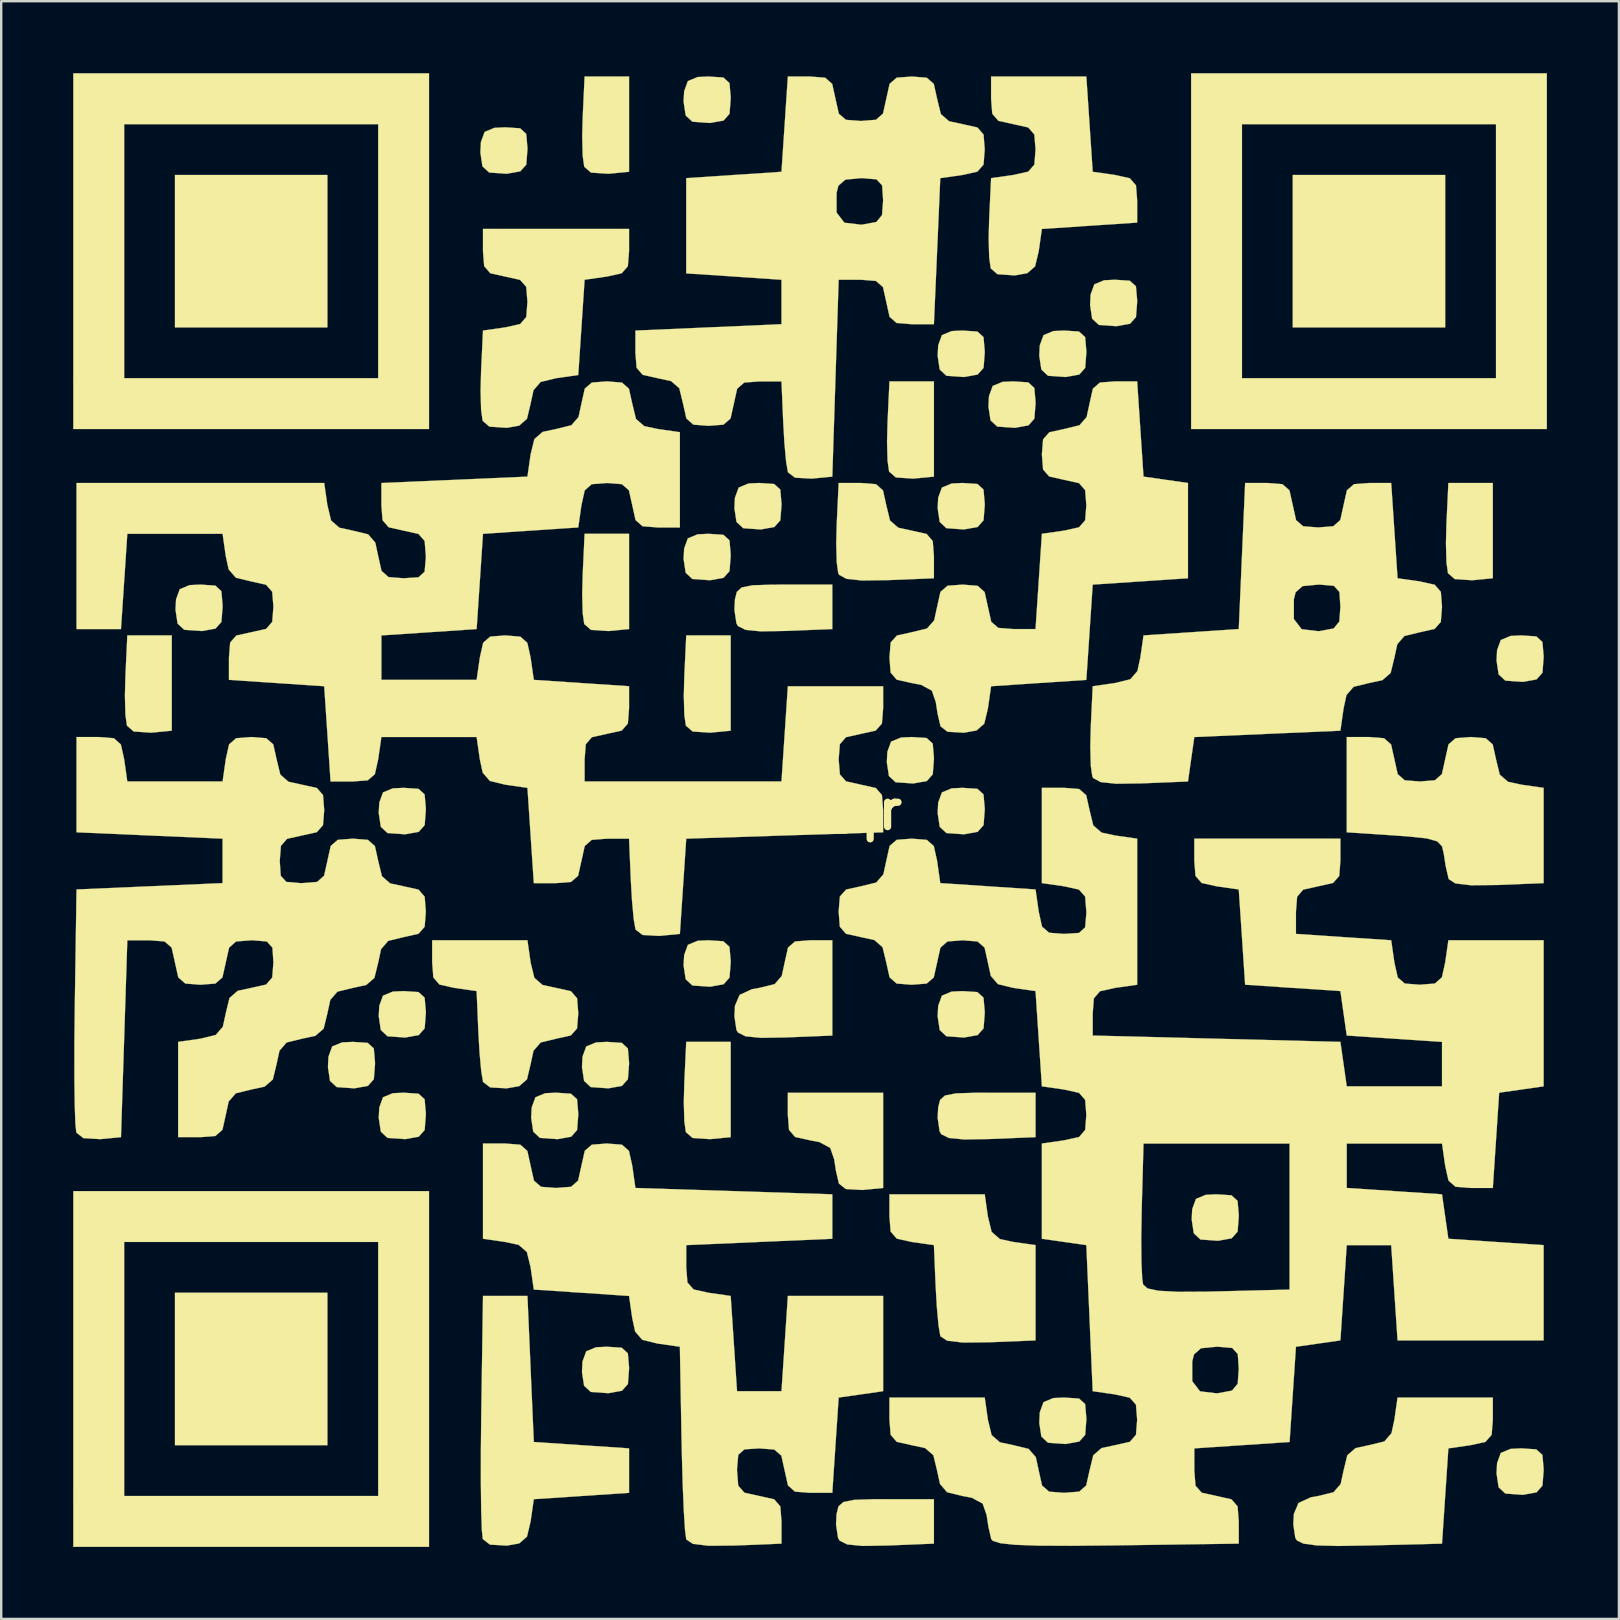
<source format=kicad_pcb>
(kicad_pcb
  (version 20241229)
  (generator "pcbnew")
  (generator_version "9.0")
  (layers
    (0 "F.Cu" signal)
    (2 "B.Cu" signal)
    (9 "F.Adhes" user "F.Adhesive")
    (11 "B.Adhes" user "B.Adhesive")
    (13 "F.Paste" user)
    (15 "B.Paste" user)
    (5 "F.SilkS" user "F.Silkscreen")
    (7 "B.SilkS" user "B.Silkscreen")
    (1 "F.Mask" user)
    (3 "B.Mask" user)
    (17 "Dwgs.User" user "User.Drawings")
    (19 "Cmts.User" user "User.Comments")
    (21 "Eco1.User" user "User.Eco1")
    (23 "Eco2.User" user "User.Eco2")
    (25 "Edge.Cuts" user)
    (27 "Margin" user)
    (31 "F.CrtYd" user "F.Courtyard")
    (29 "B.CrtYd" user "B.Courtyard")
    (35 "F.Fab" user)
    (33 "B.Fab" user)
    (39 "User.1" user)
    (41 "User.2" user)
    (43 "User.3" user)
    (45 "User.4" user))
  (footprint "link_qr"
    (layer "F.Cu")
    (at 30.697 30.697)
    (property "Reference" "link_qr" (at 0 0 0) (layer "F.SilkS") (effects (font (size 1.524 1.524) (thickness 0.3))))
    (attr through_hole)
    (fp_poly (pts (xy -20.108 -20.108) (xy -26.458 -20.108) (xy -26.458 -26.458) (xy -20.108 -26.458) (xy -20.108 -20.108)) (stroke (width 0.01) (type solid)) (fill yes) (layer "F.SilkS"))
    (fp_poly (pts (xy -20.108 26.458) (xy -26.458 26.458) (xy -26.458 20.108) (xy -20.108 20.108) (xy -20.108 26.458)) (stroke (width 0.01) (type solid)) (fill yes) (layer "F.SilkS"))
    (fp_poly (pts (xy 26.458 -20.108) (xy 20.108 -20.108) (xy 20.108 -26.458) (xy 26.458 -26.458) (xy 26.458 -20.108)) (stroke (width 0.01) (type solid)) (fill yes) (layer "F.SilkS"))
    (fp_poly (pts (xy -26.591 -3.307) (xy -27.452 -3.224) (xy -28.177 -3.274) (xy -28.458 -3.517) (xy -28.522 -3.966) (xy -28.543 -4.759) (xy -28.522 -5.584) (xy -28.443 -7.276) (xy -26.591 -7.276) (xy -26.591 -3.307)) (stroke (width 0.01) (type solid)) (fill yes) (layer "F.SilkS"))
    (fp_poly (pts (xy -7.541 -26.591) (xy -8.402 -26.508) (xy -9.127 -26.557) (xy -9.408 -26.8) (xy -9.472 -27.249) (xy -9.493 -28.043) (xy -9.472 -28.867) (xy -9.393 -30.559) (xy -7.541 -30.559) (xy -7.541 -26.591)) (stroke (width 0.01) (type solid)) (fill yes) (layer "F.SilkS"))
    (fp_poly (pts (xy -7.541 -7.541) (xy -8.402 -7.458) (xy -9.127 -7.507) (xy -9.408 -7.75) (xy -9.472 -8.199) (xy -9.493 -8.993) (xy -9.472 -9.817) (xy -9.393 -11.509) (xy -7.541 -11.509) (xy -7.541 -7.541)) (stroke (width 0.01) (type solid)) (fill yes) (layer "F.SilkS"))
    (fp_poly (pts (xy -3.307 -3.307) (xy -4.169 -3.224) (xy -4.894 -3.274) (xy -5.175 -3.517) (xy -5.238 -3.966) (xy -5.26 -4.759) (xy -5.239 -5.584) (xy -5.159 -7.276) (xy -3.307 -7.276) (xy -3.307 -3.307)) (stroke (width 0.01) (type solid)) (fill yes) (layer "F.SilkS"))
    (fp_poly (pts (xy -3.307 13.626) (xy -4.169 13.709) (xy -4.894 13.66) (xy -5.175 13.417) (xy -5.238 12.967) (xy -5.26 12.174) (xy -5.239 11.349) (xy -5.159 9.657) (xy -3.307 9.657) (xy -3.307 13.626)) (stroke (width 0.01) (type solid)) (fill yes) (layer "F.SilkS"))
    (fp_poly (pts (xy 5.159 -13.891) (xy 4.298 -13.808) (xy 3.573 -13.857) (xy 3.292 -14.1) (xy 3.228 -14.549) (xy 3.207 -15.343) (xy 3.228 -16.167) (xy 3.307 -17.859) (xy 5.159 -17.859) (xy 5.159 -13.891)) (stroke (width 0.01) (type solid)) (fill yes) (layer "F.SilkS"))
    (fp_poly (pts (xy 28.443 -9.657) (xy 27.581 -9.574) (xy 26.856 -9.624) (xy 26.575 -9.867) (xy 26.512 -10.316) (xy 26.49 -11.109) (xy 26.511 -11.934) (xy 26.591 -13.626) (xy 28.443 -13.626) (xy 28.443 -9.657)) (stroke (width 0.01) (type solid)) (fill yes) (layer "F.SilkS"))
    (fp_poly (pts (xy -15.875 -15.875) (xy -30.692 -15.875) (xy -30.692 -28.575) (xy -28.575 -28.575) (xy -28.575 -17.992) (xy -17.992 -17.992) (xy -17.992 -28.575) (xy -28.575 -28.575) (xy -30.692 -28.575) (xy -30.692 -30.692) (xy -15.875 -30.692) (xy -15.875 -15.875)) (stroke (width 0.01) (type solid)) (fill yes) (layer "F.SilkS"))
    (fp_poly (pts (xy -15.875 30.692) (xy -30.692 30.692) (xy -30.692 17.992) (xy -28.575 17.992) (xy -28.575 28.575) (xy -17.992 28.575) (xy -17.992 17.992) (xy -28.575 17.992) (xy -30.692 17.992) (xy -30.692 15.875) (xy -15.875 15.875) (xy -15.875 30.692)) (stroke (width 0.01) (type solid)) (fill yes) (layer "F.SilkS"))
    (fp_poly (pts (xy 30.692 -15.875) (xy 15.875 -15.875) (xy 15.875 -28.575) (xy 17.992 -28.575) (xy 17.992 -17.992) (xy 28.575 -17.992) (xy 28.575 -28.575) (xy 17.992 -28.575) (xy 15.875 -28.575) (xy 15.875 -30.692) (xy 30.692 -30.692) (xy 30.692 -15.875)) (stroke (width 0.01) (type solid)) (fill yes) (layer "F.SilkS"))
    (fp_poly (pts (xy -24.779 -9.352) (xy -24.525 -9.121) (xy -24.474 -8.537) (xy -24.474 -8.467) (xy -24.523 -7.838) (xy -24.77 -7.56) (xy -25.336 -7.458) (xy -26.07 -7.51) (xy -26.349 -7.769) (xy -26.435 -8.342) (xy -26.413 -8.778) (xy -26.258 -9.202) (xy -25.85 -9.371) (xy -25.4 -9.393) (xy -24.779 -9.352)) (stroke (width 0.01) (type solid)) (fill yes) (layer "F.SilkS"))
    (fp_poly (pts (xy -18.429 9.698) (xy -18.175 9.929) (xy -18.124 10.513) (xy -18.124 10.583) (xy -18.173 11.212) (xy -18.42 11.49) (xy -18.986 11.592) (xy -19.72 11.54) (xy -19.999 11.281) (xy -20.085 10.708) (xy -20.063 10.272) (xy -19.908 9.848) (xy -19.5 9.679) (xy -19.05 9.657) (xy -18.429 9.698)) (stroke (width 0.01) (type solid)) (fill yes) (layer "F.SilkS"))
    (fp_poly (pts (xy -16.313 -0.885) (xy -16.058 -0.654) (xy -16.007 -0.07) (xy -16.007 0) (xy -16.056 0.629) (xy -16.303 0.907) (xy -16.869 1.009) (xy -17.603 0.957) (xy -17.882 0.698) (xy -17.969 0.125) (xy -17.946 -0.311) (xy -17.792 -0.735) (xy -17.383 -0.905) (xy -16.933 -0.926) (xy -16.313 -0.885)) (stroke (width 0.01) (type solid)) (fill yes) (layer "F.SilkS"))
    (fp_poly (pts (xy -16.313 7.582) (xy -16.058 7.813) (xy -16.007 8.396) (xy -16.007 8.467) (xy -16.056 9.095) (xy -16.303 9.374) (xy -16.869 9.476) (xy -17.603 9.423) (xy -17.882 9.164) (xy -17.969 8.591) (xy -17.946 8.155) (xy -17.792 7.731) (xy -17.383 7.562) (xy -16.933 7.541) (xy -16.313 7.582)) (stroke (width 0.01) (type solid)) (fill yes) (layer "F.SilkS"))
    (fp_poly (pts (xy -16.313 11.815) (xy -16.058 12.046) (xy -16.007 12.63) (xy -16.007 12.7) (xy -16.056 13.329) (xy -16.303 13.607) (xy -16.869 13.709) (xy -17.603 13.657) (xy -17.882 13.398) (xy -17.969 12.825) (xy -17.946 12.389) (xy -17.792 11.965) (xy -17.383 11.795) (xy -16.933 11.774) (xy -16.313 11.815)) (stroke (width 0.01) (type solid)) (fill yes) (layer "F.SilkS"))
    (fp_poly (pts (xy -12.079 -28.402) (xy -11.825 -28.171) (xy -11.774 -27.587) (xy -11.774 -27.517) (xy -11.823 -26.888) (xy -12.07 -26.61) (xy -12.636 -26.508) (xy -13.37 -26.56) (xy -13.649 -26.819) (xy -13.735 -27.392) (xy -13.713 -27.828) (xy -13.558 -28.252) (xy -13.15 -28.421) (xy -12.7 -28.443) (xy -12.079 -28.402)) (stroke (width 0.01) (type solid)) (fill yes) (layer "F.SilkS"))
    (fp_poly (pts (xy -9.963 11.815) (xy -9.708 12.046) (xy -9.657 12.63) (xy -9.657 12.7) (xy -9.706 13.329) (xy -9.953 13.607) (xy -10.519 13.709) (xy -11.253 13.657) (xy -11.532 13.398) (xy -11.619 12.825) (xy -11.596 12.389) (xy -11.442 11.965) (xy -11.033 11.795) (xy -10.583 11.774) (xy -9.963 11.815)) (stroke (width 0.01) (type solid)) (fill yes) (layer "F.SilkS"))
    (fp_poly (pts (xy -7.846 9.698) (xy -7.591 9.929) (xy -7.541 10.513) (xy -7.541 10.583) (xy -7.589 11.212) (xy -7.837 11.49) (xy -8.402 11.592) (xy -9.137 11.54) (xy -9.415 11.281) (xy -9.502 10.708) (xy -9.48 10.272) (xy -9.325 9.848) (xy -8.916 9.679) (xy -8.467 9.657) (xy -7.846 9.698)) (stroke (width 0.01) (type solid)) (fill yes) (layer "F.SilkS"))
    (fp_poly (pts (xy -7.846 22.398) (xy -7.591 22.629) (xy -7.541 23.213) (xy -7.541 23.283) (xy -7.589 23.912) (xy -7.837 24.19) (xy -8.402 24.292) (xy -9.137 24.24) (xy -9.415 23.981) (xy -9.502 23.408) (xy -9.48 22.972) (xy -9.325 22.548) (xy -8.916 22.379) (xy -8.467 22.357) (xy -7.846 22.398)) (stroke (width 0.01) (type solid)) (fill yes) (layer "F.SilkS"))
    (fp_poly (pts (xy -3.613 -30.518) (xy -3.358 -30.287) (xy -3.307 -29.704) (xy -3.307 -29.633) (xy -3.356 -29.005) (xy -3.603 -28.726) (xy -4.169 -28.624) (xy -4.903 -28.677) (xy -5.182 -28.936) (xy -5.269 -29.509) (xy -5.246 -29.945) (xy -5.092 -30.369) (xy -4.683 -30.538) (xy -4.233 -30.559) (xy -3.613 -30.518)) (stroke (width 0.01) (type solid)) (fill yes) (layer "F.SilkS"))
    (fp_poly (pts (xy -3.613 -11.468) (xy -3.358 -11.237) (xy -3.307 -10.654) (xy -3.307 -10.583) (xy -3.356 -9.955) (xy -3.603 -9.676) (xy -4.169 -9.574) (xy -4.903 -9.627) (xy -5.182 -9.886) (xy -5.269 -10.459) (xy -5.246 -10.895) (xy -5.092 -11.319) (xy -4.683 -11.488) (xy -4.233 -11.509) (xy -3.613 -11.468)) (stroke (width 0.01) (type solid)) (fill yes) (layer "F.SilkS"))
    (fp_poly (pts (xy -3.613 5.465) (xy -3.358 5.696) (xy -3.307 6.28) (xy -3.307 6.35) (xy -3.356 6.979) (xy -3.603 7.257) (xy -4.169 7.359) (xy -4.903 7.307) (xy -5.182 7.048) (xy -5.269 6.475) (xy -5.246 6.039) (xy -5.092 5.615) (xy -4.683 5.445) (xy -4.233 5.424) (xy -3.613 5.465)) (stroke (width 0.01) (type solid)) (fill yes) (layer "F.SilkS"))
    (fp_poly (pts (xy -1.496 -13.585) (xy -1.241 -13.354) (xy -1.191 -12.77) (xy -1.191 -12.7) (xy -1.239 -12.071) (xy -1.487 -11.793) (xy -2.052 -11.691) (xy -2.787 -11.743) (xy -3.065 -12.002) (xy -3.152 -12.575) (xy -3.13 -13.011) (xy -2.975 -13.435) (xy -2.566 -13.605) (xy -2.117 -13.626) (xy -1.496 -13.585)) (stroke (width 0.01) (type solid)) (fill yes) (layer "F.SilkS"))
    (fp_poly (pts (xy 0.926 -7.541) (xy -0.996 -7.463) (xy -2.053 -7.445) (xy -2.688 -7.508) (xy -3.002 -7.666) (xy -3.067 -7.774) (xy -3.152 -8.342) (xy -3.13 -8.778) (xy -3.05 -9.092) (xy -2.845 -9.275) (xy -2.398 -9.364) (xy -1.592 -9.391) (xy -1.058 -9.393) (xy 0.926 -9.393) (xy 0.926 -7.541)) (stroke (width 0.01) (type solid)) (fill yes) (layer "F.SilkS"))
    (fp_poly (pts (xy 3.043 15.743) (xy 2.181 15.826) (xy 1.49 15.787) (xy 1.202 15.561) (xy 1.079 15.034) (xy 1.005 14.552) (xy 0.84 14.074) (xy 0.388 13.831) (xy 0 13.758) (xy -0.622 13.619) (xy -0.877 13.325) (xy -0.926 12.7) (xy -0.926 11.774) (xy 3.043 11.774) (xy 3.043 15.743)) (stroke (width 0.01) (type solid)) (fill yes) (layer "F.SilkS"))
    (fp_poly (pts (xy 4.854 -3.002) (xy 5.109 -2.771) (xy 5.159 -2.187) (xy 5.159 -2.117) (xy 5.111 -1.488) (xy 4.863 -1.21) (xy 4.298 -1.108) (xy 3.563 -1.16) (xy 3.285 -1.419) (xy 3.198 -1.992) (xy 3.22 -2.428) (xy 3.375 -2.852) (xy 3.784 -3.021) (xy 4.233 -3.043) (xy 4.854 -3.002)) (stroke (width 0.01) (type solid)) (fill yes) (layer "F.SilkS"))
    (fp_poly (pts (xy 5.159 30.559) (xy 3.237 30.637) (xy 2.18 30.655) (xy 1.546 30.592) (xy 1.231 30.434) (xy 1.166 30.326) (xy 1.081 29.758) (xy 1.104 29.322) (xy 1.183 29.008) (xy 1.388 28.825) (xy 1.836 28.736) (xy 2.641 28.709) (xy 3.175 28.707) (xy 5.159 28.707) (xy 5.159 30.559)) (stroke (width 0.01) (type solid)) (fill yes) (layer "F.SilkS"))
    (fp_poly (pts (xy 6.971 -19.935) (xy 7.225 -19.704) (xy 7.276 -19.12) (xy 7.276 -19.05) (xy 7.227 -18.421) (xy 6.98 -18.143) (xy 6.414 -18.041) (xy 5.68 -18.093) (xy 5.401 -18.352) (xy 5.315 -18.925) (xy 5.337 -19.361) (xy 5.492 -19.785) (xy 5.9 -19.955) (xy 6.35 -19.976) (xy 6.971 -19.935)) (stroke (width 0.01) (type solid)) (fill yes) (layer "F.SilkS"))
    (fp_poly (pts (xy 6.971 -13.585) (xy 7.225 -13.354) (xy 7.276 -12.77) (xy 7.276 -12.7) (xy 7.227 -12.071) (xy 6.98 -11.793) (xy 6.414 -11.691) (xy 5.68 -11.743) (xy 5.401 -12.002) (xy 5.315 -12.575) (xy 5.337 -13.011) (xy 5.492 -13.435) (xy 5.9 -13.605) (xy 6.35 -13.626) (xy 6.971 -13.585)) (stroke (width 0.01) (type solid)) (fill yes) (layer "F.SilkS"))
    (fp_poly (pts (xy 6.971 -0.885) (xy 7.225 -0.654) (xy 7.276 -0.07) (xy 7.276 0) (xy 7.227 0.629) (xy 6.98 0.907) (xy 6.414 1.009) (xy 5.68 0.957) (xy 5.401 0.698) (xy 5.315 0.125) (xy 5.337 -0.311) (xy 5.492 -0.735) (xy 5.9 -0.905) (xy 6.35 -0.926) (xy 6.971 -0.885)) (stroke (width 0.01) (type solid)) (fill yes) (layer "F.SilkS"))
    (fp_poly (pts (xy 6.971 7.582) (xy 7.225 7.813) (xy 7.276 8.396) (xy 7.276 8.467) (xy 7.227 9.095) (xy 6.98 9.374) (xy 6.414 9.476) (xy 5.68 9.423) (xy 5.401 9.164) (xy 5.315 8.591) (xy 5.337 8.155) (xy 5.492 7.731) (xy 5.9 7.562) (xy 6.35 7.541) (xy 6.971 7.582)) (stroke (width 0.01) (type solid)) (fill yes) (layer "F.SilkS"))
    (fp_poly (pts (xy 9.087 -17.818) (xy 9.342 -17.587) (xy 9.393 -17.004) (xy 9.393 -16.933) (xy 9.344 -16.305) (xy 9.097 -16.026) (xy 8.531 -15.924) (xy 7.797 -15.977) (xy 7.518 -16.236) (xy 7.431 -16.809) (xy 7.454 -17.245) (xy 7.608 -17.669) (xy 8.017 -17.838) (xy 8.467 -17.859) (xy 9.087 -17.818)) (stroke (width 0.01) (type solid)) (fill yes) (layer "F.SilkS"))
    (fp_poly (pts (xy 9.393 13.626) (xy 7.471 13.704) (xy 6.414 13.722) (xy 5.779 13.659) (xy 5.464 13.5) (xy 5.399 13.392) (xy 5.314 12.824) (xy 5.337 12.389) (xy 5.416 12.075) (xy 5.622 11.891) (xy 6.069 11.803) (xy 6.875 11.776) (xy 7.408 11.774) (xy 9.393 11.774) (xy 9.393 13.626)) (stroke (width 0.01) (type solid)) (fill yes) (layer "F.SilkS"))
    (fp_poly (pts (xy 11.204 -19.935) (xy 11.459 -19.704) (xy 11.509 -19.12) (xy 11.509 -19.05) (xy 11.461 -18.421) (xy 11.213 -18.143) (xy 10.648 -18.041) (xy 9.913 -18.093) (xy 9.635 -18.352) (xy 9.548 -18.925) (xy 9.57 -19.361) (xy 9.725 -19.785) (xy 10.134 -19.955) (xy 10.583 -19.976) (xy 11.204 -19.935)) (stroke (width 0.01) (type solid)) (fill yes) (layer "F.SilkS"))
    (fp_poly (pts (xy 11.204 24.515) (xy 11.459 24.746) (xy 11.509 25.33) (xy 11.509 25.4) (xy 11.461 26.029) (xy 11.213 26.307) (xy 10.648 26.409) (xy 9.913 26.357) (xy 9.635 26.098) (xy 9.548 25.525) (xy 9.57 25.089) (xy 9.725 24.665) (xy 10.134 24.495) (xy 10.583 24.474) (xy 11.204 24.515)) (stroke (width 0.01) (type solid)) (fill yes) (layer "F.SilkS"))
    (fp_poly (pts (xy 13.321 -22.052) (xy 13.575 -21.821) (xy 13.626 -21.237) (xy 13.626 -21.167) (xy 13.577 -20.538) (xy 13.33 -20.26) (xy 12.764 -20.158) (xy 12.03 -20.21) (xy 11.751 -20.469) (xy 11.665 -21.042) (xy 11.687 -21.478) (xy 11.842 -21.902) (xy 12.25 -22.071) (xy 12.7 -22.093) (xy 13.321 -22.052)) (stroke (width 0.01) (type solid)) (fill yes) (layer "F.SilkS"))
    (fp_poly (pts (xy 17.554 16.048) (xy 17.809 16.279) (xy 17.859 16.863) (xy 17.859 16.933) (xy 17.811 17.562) (xy 17.563 17.84) (xy 16.998 17.942) (xy 16.263 17.89) (xy 15.985 17.631) (xy 15.898 17.058) (xy 15.92 16.622) (xy 16.075 16.198) (xy 16.484 16.029) (xy 16.933 16.007) (xy 17.554 16.048)) (stroke (width 0.01) (type solid)) (fill yes) (layer "F.SilkS"))
    (fp_poly (pts (xy 30.254 -7.235) (xy 30.509 -7.004) (xy 30.559 -6.42) (xy 30.559 -6.35) (xy 30.511 -5.721) (xy 30.263 -5.443) (xy 29.698 -5.341) (xy 28.963 -5.393) (xy 28.685 -5.652) (xy 28.598 -6.225) (xy 28.62 -6.661) (xy 28.775 -7.085) (xy 29.184 -7.255) (xy 29.633 -7.276) (xy 30.254 -7.235)) (stroke (width 0.01) (type solid)) (fill yes) (layer "F.SilkS"))
    (fp_poly (pts (xy 30.254 26.632) (xy 30.509 26.863) (xy 30.559 27.446) (xy 30.559 27.517) (xy 30.511 28.145) (xy 30.263 28.424) (xy 29.698 28.526) (xy 28.963 28.473) (xy 28.685 28.214) (xy 28.598 27.641) (xy 28.62 27.205) (xy 28.775 26.781) (xy 29.184 26.612) (xy 29.633 26.591) (xy 30.254 26.632)) (stroke (width 0.01) (type solid)) (fill yes) (layer "F.SilkS"))
    (fp_poly (pts (xy 0.926 9.393) (xy -0.996 9.471) (xy -2.053 9.488) (xy -2.688 9.425) (xy -3.002 9.267) (xy -3.067 9.159) (xy -3.152 8.591) (xy -3.13 8.155) (xy -2.935 7.699) (xy -2.421 7.463) (xy -2.117 7.408) (xy -1.477 7.252) (xy -1.179 6.909) (xy -1.058 6.35) (xy -0.919 5.728) (xy -0.625 5.473) (xy 0 5.424) (xy 0.926 5.424) (xy 0.926 9.393)) (stroke (width 0.01) (type solid)) (fill yes) (layer "F.SilkS"))
    (fp_poly (pts (xy -11.642 23.283) (xy -11.509 26.326) (xy -9.525 26.458) (xy -7.541 26.591) (xy -7.541 28.443) (xy -9.525 28.575) (xy -11.509 28.707) (xy -11.642 29.633) (xy -11.794 30.269) (xy -12.118 30.551) (xy -12.636 30.642) (xy -13.339 30.6) (xy -13.634 30.369) (xy -13.674 30.001) (xy -13.701 29.195) (xy -13.715 28.04) (xy -13.714 26.629) (xy -13.698 25.127) (xy -13.626 20.241) (xy -11.774 20.241) (xy -11.642 23.283)) (stroke (width 0.01) (type solid)) (fill yes) (layer "F.SilkS"))
    (fp_poly (pts (xy 2.746 -13.576) (xy 3.038 -13.318) (xy 3.175 -12.7) (xy 3.331 -12.06) (xy 3.674 -11.763) (xy 4.233 -11.642) (xy 4.856 -11.503) (xy 5.11 -11.209) (xy 5.159 -10.583) (xy 5.159 -9.657) (xy 3.237 -9.579) (xy 2.164 -9.564) (xy 1.52 -9.632) (xy 1.214 -9.798) (xy 1.173 -9.872) (xy 1.111 -10.318) (xy 1.09 -11.109) (xy 1.111 -11.934) (xy 1.191 -13.626) (xy 2.117 -13.626) (xy 2.746 -13.576)) (stroke (width 0.01) (type solid)) (fill yes) (layer "F.SilkS"))
    (fp_poly (pts (xy 7.408 16.933) (xy 7.564 17.573) (xy 7.907 17.871) (xy 8.467 17.992) (xy 9.393 18.124) (xy 9.393 22.093) (xy 7.471 22.171) (xy 6.364 22.183) (xy 5.709 22.104) (xy 5.434 21.924) (xy 5.426 21.906) (xy 5.352 21.476) (xy 5.281 20.696) (xy 5.232 19.844) (xy 5.159 18.124) (xy 4.233 17.992) (xy 3.611 17.853) (xy 3.356 17.559) (xy 3.307 16.933) (xy 3.307 16.007) (xy 7.276 16.007) (xy 7.408 16.933)) (stroke (width 0.01) (type solid)) (fill yes) (layer "F.SilkS"))
    (fp_poly (pts (xy -11.642 6.35) (xy -11.486 6.99) (xy -11.143 7.287) (xy -10.583 7.408) (xy -9.961 7.547) (xy -9.706 7.841) (xy -9.657 8.467) (xy -9.707 9.096) (xy -9.965 9.388) (xy -10.583 9.525) (xy -11.223 9.681) (xy -11.521 10.024) (xy -11.642 10.583) (xy -11.794 11.219) (xy -12.118 11.501) (xy -12.636 11.592) (xy -13.327 11.553) (xy -13.622 11.328) (xy -13.697 10.895) (xy -13.769 10.112) (xy -13.818 9.26) (xy -13.891 7.541) (xy -14.817 7.408) (xy -15.439 7.269) (xy -15.694 6.975) (xy -15.743 6.35) (xy -15.743 5.424) (xy -11.774 5.424) (xy -11.642 6.35)) (stroke (width 0.01) (type solid)) (fill yes) (layer "F.SilkS"))
    (fp_poly (pts (xy 28.443 25.4) (xy 28.393 26.029) (xy 28.135 26.321) (xy 27.517 26.458) (xy 26.591 26.591) (xy 26.458 28.575) (xy 26.326 30.559) (xy 23.345 30.634) (xy 22.002 30.656) (xy 21.102 30.634) (xy 20.557 30.56) (xy 20.283 30.427) (xy 20.215 30.323) (xy 20.131 29.758) (xy 20.154 29.322) (xy 20.348 28.866) (xy 20.862 28.629) (xy 21.167 28.575) (xy 21.806 28.419) (xy 22.104 28.076) (xy 22.225 27.517) (xy 22.381 26.877) (xy 22.724 26.579) (xy 23.283 26.458) (xy 23.923 26.302) (xy 24.221 25.959) (xy 24.342 25.4) (xy 24.474 24.474) (xy 28.443 24.474) (xy 28.443 25.4)) (stroke (width 0.01) (type solid)) (fill yes) (layer "F.SilkS"))
    (fp_poly (pts (xy 11.642 -28.575) (xy 11.774 -26.591) (xy 12.7 -26.458) (xy 13.322 -26.319) (xy 13.577 -26.025) (xy 13.626 -25.4) (xy 13.626 -24.474) (xy 11.642 -24.342) (xy 9.657 -24.209) (xy 9.525 -23.283) (xy 9.373 -22.648) (xy 9.048 -22.366) (xy 8.531 -22.274) (xy 7.806 -22.324) (xy 7.525 -22.567) (xy 7.462 -23.016) (xy 7.44 -23.809) (xy 7.461 -24.634) (xy 7.541 -26.326) (xy 8.467 -26.458) (xy 9.089 -26.597) (xy 9.344 -26.891) (xy 9.393 -27.517) (xy 9.343 -28.146) (xy 9.085 -28.438) (xy 8.467 -28.575) (xy 7.844 -28.714) (xy 7.59 -29.008) (xy 7.541 -29.633) (xy 7.541 -30.559) (xy 11.509 -30.559) (xy 11.642 -28.575)) (stroke (width 0.01) (type solid)) (fill yes) (layer "F.SilkS"))
    (fp_poly (pts (xy -7.541 -23.283) (xy -7.591 -22.654) (xy -7.848 -22.362) (xy -8.467 -22.225) (xy -9.393 -22.093) (xy -9.525 -20.108) (xy -9.657 -18.124) (xy -10.583 -17.992) (xy -11.223 -17.836) (xy -11.521 -17.493) (xy -11.642 -16.933) (xy -11.794 -16.298) (xy -12.118 -16.016) (xy -12.636 -15.924) (xy -13.361 -15.974) (xy -13.641 -16.217) (xy -13.705 -16.666) (xy -13.726 -17.459) (xy -13.706 -18.284) (xy -13.626 -19.976) (xy -12.7 -20.108) (xy -12.078 -20.247) (xy -11.823 -20.541) (xy -11.774 -21.167) (xy -11.824 -21.796) (xy -12.082 -22.088) (xy -12.7 -22.225) (xy -13.322 -22.364) (xy -13.577 -22.658) (xy -13.626 -23.283) (xy -13.626 -24.209) (xy -7.541 -24.209) (xy -7.541 -23.283)) (stroke (width 0.01) (type solid)) (fill yes) (layer "F.SilkS"))
    (fp_poly (pts (xy 23.913 -2.993) (xy 24.204 -2.735) (xy 24.342 -2.117) (xy 24.481 -1.494) (xy 24.775 -1.24) (xy 25.4 -1.191) (xy 26.029 -1.241) (xy 26.321 -1.498) (xy 26.458 -2.117) (xy 26.597 -2.739) (xy 26.891 -2.994) (xy 27.517 -3.043) (xy 28.146 -2.993) (xy 28.438 -2.735) (xy 28.575 -2.117) (xy 28.731 -1.477) (xy 29.074 -1.179) (xy 29.633 -1.058) (xy 30.559 -0.926) (xy 30.559 3.043) (xy 28.637 3.121) (xy 27.534 3.133) (xy 26.882 3.055) (xy 26.608 2.877) (xy 26.6 2.856) (xy 26.479 2.334) (xy 26.405 1.852) (xy 26.33 1.513) (xy 26.129 1.303) (xy 25.686 1.179) (xy 24.885 1.096) (xy 24.342 1.058) (xy 22.357 0.926) (xy 22.357 -3.043) (xy 23.283 -3.043) (xy 23.913 -2.993)) (stroke (width 0.01) (type solid)) (fill yes) (layer "F.SilkS"))
    (fp_poly (pts (xy 13.758 -15.875) (xy 13.891 -13.891) (xy 15.743 -13.626) (xy 15.743 -9.657) (xy 13.758 -9.525) (xy 11.774 -9.393) (xy 11.509 -5.424) (xy 9.525 -5.292) (xy 7.541 -5.159) (xy 7.408 -4.233) (xy 7.256 -3.598) (xy 6.932 -3.316) (xy 6.414 -3.224) (xy 5.724 -3.263) (xy 5.435 -3.489) (xy 5.312 -4.016) (xy 5.238 -4.498) (xy 5.073 -4.976) (xy 4.622 -5.219) (xy 4.233 -5.292) (xy 3.611 -5.431) (xy 3.356 -5.725) (xy 3.307 -6.35) (xy 3.357 -6.979) (xy 3.615 -7.271) (xy 4.233 -7.408) (xy 4.873 -7.564) (xy 5.171 -7.907) (xy 5.292 -8.467) (xy 5.431 -9.089) (xy 5.725 -9.344) (xy 6.35 -9.393) (xy 6.979 -9.343) (xy 7.271 -9.085) (xy 7.408 -8.467) (xy 7.547 -7.844) (xy 7.841 -7.59) (xy 8.467 -7.541) (xy 9.393 -7.541) (xy 9.525 -9.525) (xy 9.657 -11.509) (xy 10.583 -11.642) (xy 11.206 -11.781) (xy 11.46 -12.075) (xy 11.509 -12.7) (xy 11.459 -13.329) (xy 11.202 -13.621) (xy 10.583 -13.758) (xy 9.961 -13.897) (xy 9.706 -14.191) (xy 9.657 -14.817) (xy 9.707 -15.446) (xy 9.965 -15.738) (xy 10.583 -15.875) (xy 11.223 -16.031) (xy 11.521 -16.374) (xy 11.642 -16.933) (xy 11.781 -17.556) (xy 12.075 -17.81) (xy 12.7 -17.859) (xy 13.626 -17.859) (xy 13.758 -15.875)) (stroke (width 0.01) (type solid)) (fill yes) (layer "F.SilkS"))
    (fp_poly (pts (xy 19.679 -13.576) (xy 19.971 -13.318) (xy 20.108 -12.7) (xy 20.247 -12.078) (xy 20.541 -11.823) (xy 21.167 -11.774) (xy 21.796 -11.824) (xy 22.088 -12.082) (xy 22.225 -12.7) (xy 22.364 -13.322) (xy 22.658 -13.577) (xy 23.283 -13.626) (xy 24.209 -13.626) (xy 24.474 -9.657) (xy 25.4 -9.525) (xy 26.022 -9.386) (xy 26.277 -9.092) (xy 26.326 -8.467) (xy 26.276 -7.837) (xy 26.018 -7.546) (xy 25.4 -7.408) (xy 24.76 -7.252) (xy 24.463 -6.909) (xy 24.342 -6.35) (xy 24.186 -5.71) (xy 23.843 -5.413) (xy 23.283 -5.292) (xy 22.644 -5.136) (xy 22.346 -4.793) (xy 22.225 -4.233) (xy 22.093 -3.307) (xy 19.05 -3.175) (xy 16.007 -3.043) (xy 15.875 -2.117) (xy 15.743 -1.191) (xy 13.821 -1.113) (xy 12.747 -1.097) (xy 12.104 -1.166) (xy 11.798 -1.332) (xy 11.757 -1.405) (xy 11.694 -1.852) (xy 11.674 -2.642) (xy 11.694 -3.467) (xy 11.774 -5.159) (xy 12.7 -5.292) (xy 13.34 -5.448) (xy 13.637 -5.791) (xy 13.758 -6.35) (xy 13.891 -7.276) (xy 17.859 -7.541) (xy 17.913 -8.778) (xy 20.154 -8.778) (xy 20.154 -7.959) (xy 20.479 -7.535) (xy 21.171 -7.452) (xy 21.231 -7.458) (xy 21.812 -7.566) (xy 22.048 -7.854) (xy 22.093 -8.467) (xy 22.052 -9.087) (xy 21.821 -9.342) (xy 21.237 -9.393) (xy 21.167 -9.393) (xy 20.519 -9.33) (xy 20.228 -9.075) (xy 20.154 -8.778) (xy 17.913 -8.778) (xy 18.124 -13.626) (xy 19.05 -13.626) (xy 19.679 -13.576)) (stroke (width 0.01) (type solid)) (fill yes) (layer "F.SilkS"))
    (fp_poly (pts (xy -12.071 13.941) (xy -11.779 14.198) (xy -11.642 14.817) (xy -11.503 15.439) (xy -11.209 15.694) (xy -10.583 15.743) (xy -9.954 15.693) (xy -9.662 15.435) (xy -9.525 14.817) (xy -9.386 14.194) (xy -9.092 13.94) (xy -8.467 13.891) (xy -7.837 13.941) (xy -7.546 14.198) (xy -7.408 14.817) (xy -7.276 15.743) (xy -3.175 15.875) (xy 0.926 16.007) (xy 0.926 17.859) (xy -5.159 18.124) (xy -5.159 19.05) (xy -5.109 19.679) (xy -4.852 19.971) (xy -4.233 20.108) (xy -3.307 20.241) (xy -3.175 22.225) (xy -3.043 24.209) (xy -1.191 24.209) (xy -1.058 22.225) (xy -0.926 20.241) (xy 3.043 20.241) (xy 3.043 24.209) (xy 2.117 24.342) (xy 1.191 24.474) (xy 0.926 28.443) (xy 0 28.443) (xy -0.629 28.393) (xy -0.921 28.135) (xy -1.058 27.517) (xy -1.197 26.894) (xy -1.491 26.64) (xy -2.117 26.591) (xy -2.737 26.632) (xy -2.992 26.863) (xy -3.043 27.446) (xy -3.043 27.517) (xy -2.993 28.146) (xy -2.735 28.438) (xy -2.117 28.575) (xy -1.494 28.714) (xy -1.24 29.008) (xy -1.191 29.633) (xy -1.191 30.559) (xy -3.113 30.637) (xy -4.221 30.649) (xy -4.877 30.57) (xy -5.154 30.389) (xy -5.16 30.373) (xy -5.21 29.996) (xy -5.26 29.196) (xy -5.307 28.074) (xy -5.344 26.737) (xy -5.355 26.194) (xy -5.424 22.357) (xy -6.35 22.225) (xy -6.99 22.069) (xy -7.287 21.726) (xy -7.408 21.167) (xy -7.541 20.241) (xy -9.525 20.108) (xy -11.509 19.976) (xy -11.642 19.05) (xy -11.798 18.41) (xy -12.141 18.113) (xy -12.7 17.992) (xy -13.626 17.859) (xy -13.626 13.891) (xy -12.7 13.891) (xy -12.071 13.941)) (stroke (width 0.01) (type solid)) (fill yes) (layer "F.SilkS"))
    (fp_poly (pts (xy 0.629 -30.509) (xy 0.921 -30.252) (xy 1.058 -29.633) (xy 1.197 -29.011) (xy 1.491 -28.756) (xy 2.117 -28.707) (xy 2.746 -28.757) (xy 3.038 -29.015) (xy 3.175 -29.633) (xy 3.314 -30.256) (xy 3.608 -30.51) (xy 4.233 -30.559) (xy 4.863 -30.509) (xy 5.154 -30.252) (xy 5.292 -29.633) (xy 5.448 -28.994) (xy 5.791 -28.696) (xy 6.35 -28.575) (xy 6.972 -28.436) (xy 7.227 -28.142) (xy 7.276 -27.517) (xy 7.226 -26.887) (xy 6.968 -26.596) (xy 6.35 -26.458) (xy 5.424 -26.326) (xy 5.292 -23.283) (xy 5.159 -20.241) (xy 4.233 -20.241) (xy 3.604 -20.291) (xy 3.312 -20.548) (xy 3.175 -21.167) (xy 3.036 -21.789) (xy 2.742 -22.044) (xy 2.117 -22.093) (xy 1.191 -22.093) (xy 1.058 -17.992) (xy 0.926 -13.891) (xy 0.064 -13.808) (xy -0.627 -13.847) (xy -0.922 -14.072) (xy -0.997 -14.505) (xy -1.069 -15.288) (xy -1.118 -16.14) (xy -1.191 -17.859) (xy -2.117 -17.859) (xy -2.746 -17.809) (xy -3.038 -17.552) (xy -3.175 -16.933) (xy -3.314 -16.311) (xy -3.608 -16.056) (xy -4.233 -16.007) (xy -4.863 -16.057) (xy -5.154 -16.315) (xy -5.292 -16.933) (xy -5.448 -17.573) (xy -5.791 -17.871) (xy -6.35 -17.992) (xy -6.972 -18.131) (xy -7.227 -18.425) (xy -7.276 -19.05) (xy -7.276 -19.976) (xy -4.233 -20.108) (xy -1.191 -20.241) (xy -1.191 -22.093) (xy -3.175 -22.225) (xy -5.159 -22.357) (xy -5.159 -25.711) (xy 1.104 -25.711) (xy 1.104 -24.892) (xy 1.429 -24.469) (xy 2.121 -24.386) (xy 2.181 -24.391) (xy 2.762 -24.499) (xy 2.998 -24.788) (xy 3.043 -25.4) (xy 3.002 -26.021) (xy 2.771 -26.275) (xy 2.187 -26.326) (xy 2.117 -26.326) (xy 1.469 -26.263) (xy 1.178 -26.008) (xy 1.104 -25.711) (xy -5.159 -25.711) (xy -5.159 -26.326) (xy -1.191 -26.591) (xy -1.058 -28.575) (xy -0.926 -30.559) (xy 0 -30.559) (xy 0.629 -30.509)) (stroke (width 0.01) (type solid)) (fill yes) (layer "F.SilkS"))
    (fp_poly (pts (xy -29.004 -2.993) (xy -28.712 -2.735) (xy -28.575 -2.117) (xy -28.443 -1.191) (xy -24.474 -1.191) (xy -24.342 -2.117) (xy -24.203 -2.739) (xy -23.909 -2.994) (xy -23.283 -3.043) (xy -22.654 -2.993) (xy -22.362 -2.735) (xy -22.225 -2.117) (xy -22.069 -1.477) (xy -21.726 -1.179) (xy -21.167 -1.058) (xy -20.544 -0.919) (xy -20.29 -0.625) (xy -20.241 0) (xy -20.291 0.629) (xy -20.548 0.921) (xy -21.167 1.058) (xy -21.789 1.197) (xy -22.044 1.491) (xy -22.093 2.117) (xy -22.052 2.737) (xy -21.821 2.992) (xy -21.237 3.043) (xy -21.167 3.043) (xy -20.537 2.993) (xy -20.246 2.735) (xy -20.108 2.117) (xy -19.969 1.494) (xy -19.675 1.24) (xy -19.05 1.191) (xy -18.421 1.241) (xy -18.129 1.498) (xy -17.992 2.117) (xy -17.836 2.756) (xy -17.493 3.054) (xy -16.933 3.175) (xy -16.311 3.314) (xy -16.056 3.608) (xy -16.007 4.233) (xy -16.057 4.863) (xy -16.315 5.154) (xy -16.933 5.292) (xy -17.573 5.448) (xy -17.871 5.791) (xy -17.992 6.35) (xy -18.148 6.99) (xy -18.491 7.287) (xy -19.05 7.408) (xy -19.69 7.564) (xy -19.987 7.907) (xy -20.108 8.467) (xy -20.264 9.106) (xy -20.607 9.404) (xy -21.167 9.525) (xy -21.806 9.681) (xy -22.104 10.024) (xy -22.225 10.583) (xy -22.381 11.223) (xy -22.724 11.521) (xy -23.283 11.642) (xy -23.923 11.798) (xy -24.221 12.141) (xy -24.342 12.7) (xy -24.481 13.322) (xy -24.775 13.577) (xy -25.4 13.626) (xy -26.326 13.626) (xy -26.326 9.657) (xy -25.4 9.525) (xy -24.76 9.369) (xy -24.463 9.026) (xy -24.342 8.467) (xy -24.186 7.827) (xy -23.843 7.529) (xy -23.283 7.408) (xy -22.661 7.269) (xy -22.406 6.975) (xy -22.357 6.35) (xy -22.398 5.729) (xy -22.629 5.475) (xy -23.213 5.424) (xy -23.283 5.424) (xy -23.913 5.474) (xy -24.204 5.732) (xy -24.342 6.35) (xy -24.481 6.972) (xy -24.775 7.227) (xy -25.4 7.276) (xy -26.029 7.226) (xy -26.321 6.968) (xy -26.458 6.35) (xy -26.597 5.728) (xy -26.891 5.473) (xy -27.517 5.424) (xy -28.443 5.424) (xy -28.575 9.525) (xy -28.707 13.626) (xy -29.569 13.709) (xy -30.273 13.666) (xy -30.567 13.436) (xy -30.607 13.068) (xy -30.634 12.261) (xy -30.648 11.107) (xy -30.647 9.695) (xy -30.632 8.194) (xy -30.559 3.307) (xy -27.517 3.175) (xy -24.474 3.043) (xy -24.474 1.191) (xy -30.559 0.926) (xy -30.559 -3.043) (xy -29.633 -3.043) (xy -29.004 -2.993)) (stroke (width 0.01) (type solid)) (fill yes) (layer "F.SilkS"))
    (fp_poly (pts (xy -7.837 -17.809) (xy -7.546 -17.552) (xy -7.408 -16.933) (xy -7.252 -16.294) (xy -6.909 -15.996) (xy -6.35 -15.875) (xy -5.424 -15.743) (xy -5.424 -11.774) (xy -6.35 -11.774) (xy -6.979 -11.824) (xy -7.271 -12.082) (xy -7.408 -12.7) (xy -7.547 -13.322) (xy -7.841 -13.577) (xy -8.467 -13.626) (xy -9.096 -13.576) (xy -9.388 -13.318) (xy -9.525 -12.7) (xy -9.657 -11.774) (xy -11.642 -11.642) (xy -13.626 -11.509) (xy -13.891 -7.541) (xy -15.875 -7.408) (xy -17.859 -7.276) (xy -17.859 -5.424) (xy -13.891 -5.424) (xy -13.758 -6.35) (xy -13.619 -6.972) (xy -13.325 -7.227) (xy -12.7 -7.276) (xy -12.071 -7.226) (xy -11.779 -6.968) (xy -11.642 -6.35) (xy -11.509 -5.424) (xy -7.541 -5.159) (xy -7.541 -4.233) (xy -7.591 -3.604) (xy -7.848 -3.312) (xy -8.467 -3.175) (xy -9.089 -3.036) (xy -9.344 -2.742) (xy -9.393 -2.117) (xy -9.393 -1.191) (xy -1.191 -1.191) (xy -1.058 -3.175) (xy -0.926 -5.159) (xy 3.043 -5.159) (xy 3.043 -4.233) (xy 2.993 -3.604) (xy 2.735 -3.312) (xy 2.117 -3.175) (xy 1.494 -3.036) (xy 1.24 -2.742) (xy 1.191 -2.117) (xy 1.241 -1.487) (xy 1.498 -1.196) (xy 2.117 -1.058) (xy 2.739 -0.919) (xy 2.994 -0.625) (xy 3.043 0) (xy 3.043 0.926) (xy -1.058 1.058) (xy -5.159 1.191) (xy -5.424 5.159) (xy -6.286 5.242) (xy -6.977 5.203) (xy -7.272 4.978) (xy -7.347 4.545) (xy -7.419 3.762) (xy -7.468 2.91) (xy -7.541 1.191) (xy -8.467 1.191) (xy -9.096 1.241) (xy -9.388 1.498) (xy -9.525 2.117) (xy -9.664 2.739) (xy -9.958 2.994) (xy -10.583 3.043) (xy -11.509 3.043) (xy -11.642 1.058) (xy -11.774 -0.926) (xy -12.7 -1.058) (xy -13.34 -1.214) (xy -13.637 -1.557) (xy -13.758 -2.117) (xy -13.891 -3.043) (xy -17.859 -3.043) (xy -17.992 -2.117) (xy -18.131 -1.494) (xy -18.425 -1.24) (xy -19.05 -1.191) (xy -19.976 -1.191) (xy -20.108 -3.175) (xy -20.241 -5.159) (xy -22.225 -5.292) (xy -24.209 -5.424) (xy -24.209 -6.35) (xy -24.159 -6.979) (xy -23.902 -7.271) (xy -23.283 -7.408) (xy -22.661 -7.547) (xy -22.406 -7.841) (xy -22.357 -8.467) (xy -22.407 -9.096) (xy -22.665 -9.388) (xy -23.283 -9.525) (xy -23.923 -9.681) (xy -24.221 -10.024) (xy -24.342 -10.583) (xy -24.474 -11.509) (xy -28.443 -11.509) (xy -28.575 -9.525) (xy -28.707 -7.541) (xy -30.559 -7.541) (xy -30.559 -13.626) (xy -20.241 -13.626) (xy -20.108 -12.7) (xy -19.952 -12.06) (xy -19.609 -11.763) (xy -19.05 -11.642) (xy -18.41 -11.486) (xy -18.113 -11.143) (xy -17.992 -10.583) (xy -17.853 -9.961) (xy -17.559 -9.706) (xy -16.933 -9.657) (xy -16.313 -9.698) (xy -16.058 -9.929) (xy -16.007 -10.513) (xy -16.007 -10.583) (xy -16.057 -11.213) (xy -16.315 -11.504) (xy -16.933 -11.642) (xy -17.556 -11.781) (xy -17.81 -12.075) (xy -17.859 -12.7) (xy -17.859 -13.626) (xy -11.774 -13.891) (xy -11.642 -14.817) (xy -11.486 -15.456) (xy -11.143 -15.754) (xy -10.583 -15.875) (xy -9.944 -16.031) (xy -9.646 -16.374) (xy -9.525 -16.933) (xy -9.386 -17.556) (xy -9.092 -17.81) (xy -8.467 -17.859) (xy -7.837 -17.809)) (stroke (width 0.01) (type solid)) (fill yes) (layer "F.SilkS"))
    (fp_poly (pts (xy 11.213 -0.876) (xy 11.504 -0.618) (xy 11.642 0) (xy 11.798 0.64) (xy 12.141 0.937) (xy 12.7 1.058) (xy 13.626 1.191) (xy 13.626 7.276) (xy 12.7 7.408) (xy 12.078 7.547) (xy 11.823 7.841) (xy 11.774 8.467) (xy 11.774 9.393) (xy 16.933 9.525) (xy 22.093 9.657) (xy 22.225 10.583) (xy 22.357 11.509) (xy 26.326 11.509) (xy 26.326 9.657) (xy 24.342 9.525) (xy 22.357 9.393) (xy 22.225 8.467) (xy 22.093 7.541) (xy 18.124 7.276) (xy 17.859 3.307) (xy 16.933 3.175) (xy 16.311 3.036) (xy 16.056 2.742) (xy 16.007 2.117) (xy 16.007 1.191) (xy 22.093 1.191) (xy 22.093 2.117) (xy 22.043 2.746) (xy 21.785 3.038) (xy 21.167 3.175) (xy 20.544 3.314) (xy 20.29 3.608) (xy 20.241 4.233) (xy 20.241 5.159) (xy 22.225 5.292) (xy 24.209 5.424) (xy 24.342 6.35) (xy 24.481 6.972) (xy 24.775 7.227) (xy 25.4 7.276) (xy 26.029 7.226) (xy 26.321 6.968) (xy 26.458 6.35) (xy 26.591 5.424) (xy 30.559 5.424) (xy 30.559 11.509) (xy 28.707 11.774) (xy 28.575 13.758) (xy 28.443 15.743) (xy 27.517 15.743) (xy 26.887 15.693) (xy 26.596 15.435) (xy 26.458 14.817) (xy 26.326 13.891) (xy 22.357 13.891) (xy 22.357 15.743) (xy 24.342 15.875) (xy 26.326 16.007) (xy 26.458 16.933) (xy 26.591 17.859) (xy 28.575 17.992) (xy 30.559 18.124) (xy 30.559 22.093) (xy 24.474 22.093) (xy 24.209 18.124) (xy 22.357 18.124) (xy 22.225 20.108) (xy 22.093 22.093) (xy 21.167 22.225) (xy 20.241 22.357) (xy 20.108 24.342) (xy 19.976 26.326) (xy 17.992 26.458) (xy 16.007 26.591) (xy 16.007 27.517) (xy 16.057 28.146) (xy 16.315 28.438) (xy 16.933 28.575) (xy 17.556 28.714) (xy 17.81 29.008) (xy 17.859 29.633) (xy 17.859 30.559) (xy 12.76 30.631) (xy 10.901 30.649) (xy 9.514 30.643) (xy 8.542 30.608) (xy 7.928 30.542) (xy 7.614 30.443) (xy 7.547 30.367) (xy 7.428 29.85) (xy 7.355 29.369) (xy 7.19 28.891) (xy 6.738 28.648) (xy 6.35 28.575) (xy 5.71 28.419) (xy 5.413 28.076) (xy 5.292 27.517) (xy 5.136 26.877) (xy 4.793 26.579) (xy 4.233 26.458) (xy 3.611 26.319) (xy 3.356 26.025) (xy 3.307 25.4) (xy 3.307 24.474) (xy 7.276 24.474) (xy 7.408 25.4) (xy 7.564 26.04) (xy 7.907 26.337) (xy 8.467 26.458) (xy 9.106 26.614) (xy 9.404 26.957) (xy 9.525 27.517) (xy 9.664 28.139) (xy 9.958 28.394) (xy 10.583 28.443) (xy 11.213 28.393) (xy 11.504 28.135) (xy 11.642 27.517) (xy 11.798 26.877) (xy 12.141 26.579) (xy 12.7 26.458) (xy 13.322 26.319) (xy 13.577 26.025) (xy 13.626 25.4) (xy 13.576 24.771) (xy 13.318 24.479) (xy 12.7 24.342) (xy 11.774 24.209) (xy 11.72 22.972) (xy 15.92 22.972) (xy 15.921 23.791) (xy 16.245 24.215) (xy 16.938 24.298) (xy 16.998 24.292) (xy 17.578 24.184) (xy 17.815 23.896) (xy 17.859 23.283) (xy 17.818 22.663) (xy 17.587 22.408) (xy 17.004 22.357) (xy 16.933 22.357) (xy 16.286 22.42) (xy 15.994 22.675) (xy 15.92 22.972) (xy 11.72 22.972) (xy 11.509 18.124) (xy 10.583 17.992) (xy 9.657 17.859) (xy 9.657 17.835) (xy 13.796 17.835) (xy 13.804 18.839) (xy 13.838 19.535) (xy 13.876 19.768) (xy 14.06 19.929) (xy 14.517 20.026) (xy 15.324 20.068) (xy 16.558 20.061) (xy 16.995 20.051) (xy 19.976 19.976) (xy 19.976 13.891) (xy 13.891 13.891) (xy 13.815 16.651) (xy 13.796 17.835) (xy 9.657 17.835) (xy 9.657 13.891) (xy 10.583 13.758) (xy 11.206 13.619) (xy 11.46 13.325) (xy 11.509 12.7) (xy 11.459 12.071) (xy 11.202 11.779) (xy 10.583 11.642) (xy 9.657 11.509) (xy 9.525 9.525) (xy 9.393 7.541) (xy 8.467 7.408) (xy 7.827 7.252) (xy 7.529 6.909) (xy 7.408 6.35) (xy 7.269 5.728) (xy 6.975 5.473) (xy 6.35 5.424) (xy 5.721 5.474) (xy 5.429 5.732) (xy 5.292 6.35) (xy 5.153 6.972) (xy 4.859 7.227) (xy 4.233 7.276) (xy 3.604 7.226) (xy 3.312 6.968) (xy 3.175 6.35) (xy 3.019 5.71) (xy 2.676 5.413) (xy 2.117 5.292) (xy 1.494 5.153) (xy 1.24 4.859) (xy 1.191 4.233) (xy 1.241 3.604) (xy 1.498 3.312) (xy 2.117 3.175) (xy 2.756 3.019) (xy 3.054 2.676) (xy 3.175 2.117) (xy 3.314 1.494) (xy 3.608 1.24) (xy 4.233 1.191) (xy 4.863 1.241) (xy 5.154 1.498) (xy 5.292 2.117) (xy 5.424 3.043) (xy 7.408 3.175) (xy 9.393 3.307) (xy 9.525 4.233) (xy 9.664 4.856) (xy 9.958 5.11) (xy 10.583 5.159) (xy 11.204 5.118) (xy 11.459 4.887) (xy 11.509 4.304) (xy 11.509 4.233) (xy 11.459 3.604) (xy 11.202 3.312) (xy 10.583 3.175) (xy 9.657 3.043) (xy 9.657 -0.926) (xy 10.583 -0.926) (xy 11.213 -0.876)) (stroke (width 0.01) (type solid)) (fill yes) (layer "F.SilkS")))
  (gr_rect
    (start -3 -3)
    (end 64.393 64.393)
    (stroke (width 0.1) (type default))
    (fill no)
    (layer "Edge.Cuts")))
</source>
